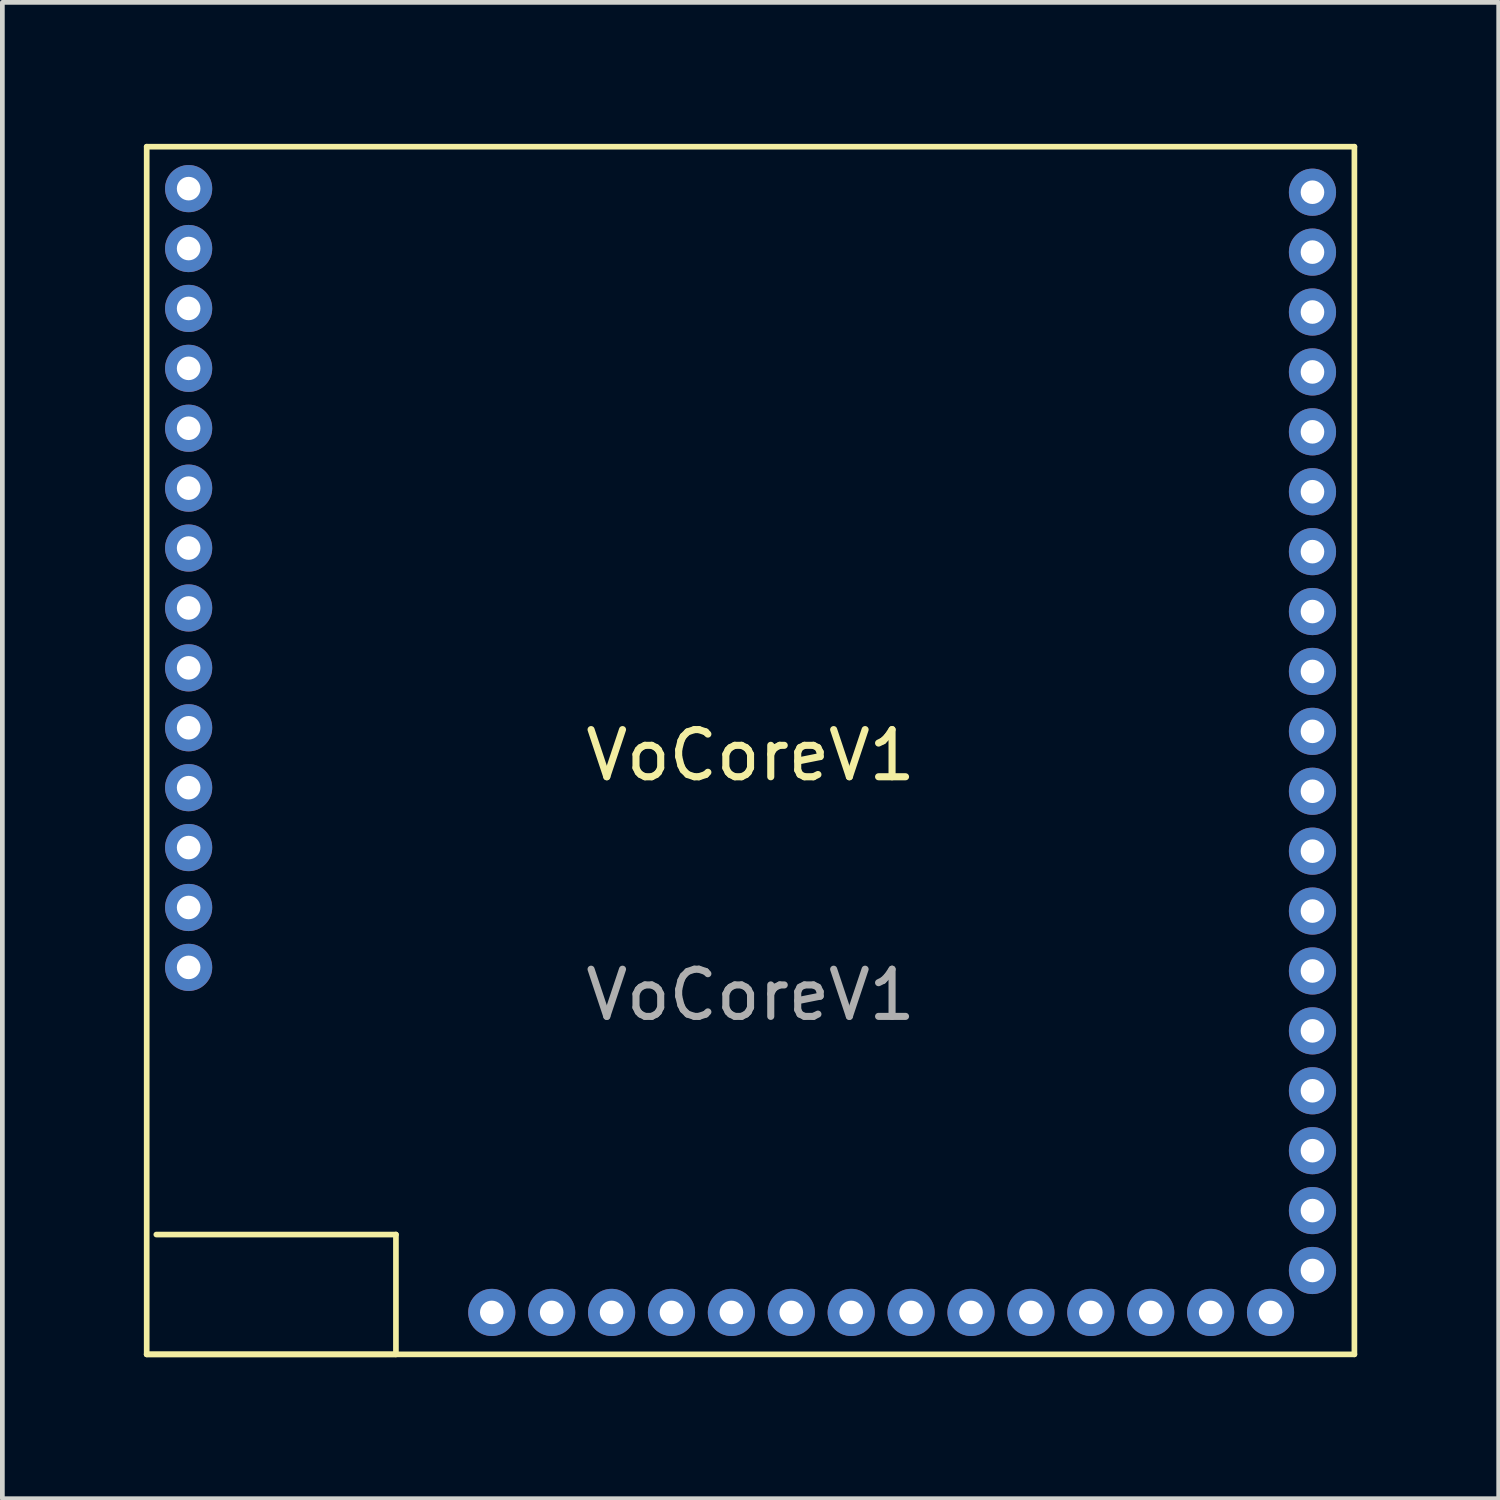
<source format=kicad_pcb>
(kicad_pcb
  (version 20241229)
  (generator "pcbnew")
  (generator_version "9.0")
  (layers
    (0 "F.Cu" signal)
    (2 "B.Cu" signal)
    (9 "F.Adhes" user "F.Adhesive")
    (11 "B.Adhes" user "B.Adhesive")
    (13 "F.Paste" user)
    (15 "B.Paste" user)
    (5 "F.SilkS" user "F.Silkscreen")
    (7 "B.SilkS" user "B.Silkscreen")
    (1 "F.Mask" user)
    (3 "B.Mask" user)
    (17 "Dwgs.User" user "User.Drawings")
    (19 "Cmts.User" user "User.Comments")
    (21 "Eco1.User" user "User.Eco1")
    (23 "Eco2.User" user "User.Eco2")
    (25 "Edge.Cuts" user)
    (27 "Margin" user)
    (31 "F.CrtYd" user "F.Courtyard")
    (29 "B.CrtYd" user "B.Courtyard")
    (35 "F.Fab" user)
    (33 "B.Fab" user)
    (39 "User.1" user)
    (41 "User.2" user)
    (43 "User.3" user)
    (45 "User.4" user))
  (footprint "VoCoreV1"
    (layer "F.Cu")
    (at 12.862 12.963)
    (property "Reference" "VoCoreV1" (at 0 0 0) (unlocked yes) (layer "F.SilkS") (effects (font (size 1 1) (thickness 0.15))))
    (attr through_hole)
    (fp_line (start -12.802 -12.903) (end 12.802 -12.903) (stroke (width 0.12) (type solid)) (layer "F.SilkS"))
    (fp_line (start -12.802 12.7) (end -12.802 -12.903) (stroke (width 0.12) (type solid)) (layer "F.SilkS"))
    (fp_line (start -12.598 10.16) (end -7.518 10.16) (stroke (width 0.12) (type solid)) (layer "F.SilkS"))
    (fp_line (start -7.518 10.16) (end -7.518 12.7) (stroke (width 0.12) (type solid)) (layer "F.SilkS"))
    (fp_line (start -7.518 12.7) (end -12.802 12.7) (stroke (width 0.12) (type solid)) (layer "F.SilkS"))
    (fp_line (start 12.802 -12.903) (end 12.802 12.7) (stroke (width 0.12) (type solid)) (layer "F.SilkS"))
    (fp_line (start 12.802 12.7) (end -12.802 12.7) (stroke (width 0.12) (type solid)) (layer "F.SilkS"))
    (fp_text user "${REFERENCE}" (at 0 5.08 0) (unlocked yes) (layer "F.Fab") (effects (font (size 1 1) (thickness 0.15))))
    (pad "1" thru_hole circle (at -11.913 -12.014 90) (size 1 1) (drill 0.5) (layers "*.Cu" "*.Mask"))
    (pad "2" thru_hole circle (at -11.913 -10.744 90) (size 1 1) (drill 0.5) (layers "*.Cu" "*.Mask"))
    (pad "3" thru_hole circle (at -11.913 -9.474 90) (size 1 1) (drill 0.5) (layers "*.Cu" "*.Mask"))
    (pad "4" thru_hole circle (at -11.913 -8.204 90) (size 1 1) (drill 0.5) (layers "*.Cu" "*.Mask"))
    (pad "5" thru_hole circle (at -11.913 -6.934 90) (size 1 1) (drill 0.5) (layers "*.Cu" "*.Mask"))
    (pad "6" thru_hole circle (at -11.913 -5.664 90) (size 1 1) (drill 0.5) (layers "*.Cu" "*.Mask"))
    (pad "7" thru_hole circle (at -11.913 -4.394 90) (size 1 1) (drill 0.5) (layers "*.Cu" "*.Mask"))
    (pad "8" thru_hole circle (at -11.913 -3.124 90) (size 1 1) (drill 0.5) (layers "*.Cu" "*.Mask"))
    (pad "9" thru_hole circle (at -11.913 -1.854 90) (size 1 1) (drill 0.5) (layers "*.Cu" "*.Mask"))
    (pad "10" thru_hole circle (at -11.913 -0.584 90) (size 1 1) (drill 0.5) (layers "*.Cu" "*.Mask"))
    (pad "11" thru_hole circle (at -11.913 0.686 90) (size 1 1) (drill 0.5) (layers "*.Cu" "*.Mask"))
    (pad "12" thru_hole circle (at -11.913 1.956 90) (size 1 1) (drill 0.5) (layers "*.Cu" "*.Mask"))
    (pad "13" thru_hole circle (at -11.913 3.226 90) (size 1 1) (drill 0.5) (layers "*.Cu" "*.Mask"))
    (pad "14" thru_hole circle (at -11.913 4.496 90) (size 1 1) (drill 0.5) (layers "*.Cu" "*.Mask"))
    (pad "15" thru_hole circle (at 11.913 -11.938 90) (size 1 1) (drill 0.5) (layers "*.Cu" "*.Mask"))
    (pad "16" thru_hole circle (at 11.913 -10.668 90) (size 1 1) (drill 0.5) (layers "*.Cu" "*.Mask"))
    (pad "17" thru_hole circle (at 11.913 -9.398 90) (size 1 1) (drill 0.5) (layers "*.Cu" "*.Mask"))
    (pad "18" thru_hole circle (at 11.913 -8.128 90) (size 1 1) (drill 0.5) (layers "*.Cu" "*.Mask"))
    (pad "19" thru_hole circle (at 11.913 -6.858 90) (size 1 1) (drill 0.5) (layers "*.Cu" "*.Mask"))
    (pad "20" thru_hole circle (at 11.913 -5.588 90) (size 1 1) (drill 0.5) (layers "*.Cu" "*.Mask"))
    (pad "21" thru_hole circle (at 11.913 -4.318 90) (size 1 1) (drill 0.5) (layers "*.Cu" "*.Mask"))
    (pad "22" thru_hole circle (at 11.913 -3.048 90) (size 1 1) (drill 0.5) (layers "*.Cu" "*.Mask"))
    (pad "23" thru_hole circle (at 11.913 -1.778 90) (size 1 1) (drill 0.5) (layers "*.Cu" "*.Mask"))
    (pad "24" thru_hole circle (at 11.913 -0.508 90) (size 1 1) (drill 0.5) (layers "*.Cu" "*.Mask"))
    (pad "25" thru_hole circle (at 11.913 0.762 90) (size 1 1) (drill 0.5) (layers "*.Cu" "*.Mask"))
    (pad "26" thru_hole circle (at 11.913 2.032 90) (size 1 1) (drill 0.5) (layers "*.Cu" "*.Mask"))
    (pad "27" thru_hole circle (at 11.913 3.302 90) (size 1 1) (drill 0.5) (layers "*.Cu" "*.Mask"))
    (pad "28" thru_hole circle (at 11.913 4.572 90) (size 1 1) (drill 0.5) (layers "*.Cu" "*.Mask"))
    (pad "29" thru_hole circle (at 11.913 5.842 90) (size 1 1) (drill 0.5) (layers "*.Cu" "*.Mask"))
    (pad "30" thru_hole circle (at 11.913 7.112 90) (size 1 1) (drill 0.5) (layers "*.Cu" "*.Mask"))
    (pad "31" thru_hole circle (at 11.913 8.382 90) (size 1 1) (drill 0.5) (layers "*.Cu" "*.Mask"))
    (pad "32" thru_hole circle (at 11.913 9.652 90) (size 1 1) (drill 0.5) (layers "*.Cu" "*.Mask"))
    (pad "33" thru_hole circle (at 11.913 10.922 90) (size 1 1) (drill 0.5) (layers "*.Cu" "*.Mask"))
    (pad "34" thru_hole circle (at -5.486 11.811 90) (size 1 1) (drill 0.5) (layers "*.Cu" "*.Mask"))
    (pad "35" thru_hole circle (at -4.216 11.811 90) (size 1 1) (drill 0.5) (layers "*.Cu" "*.Mask"))
    (pad "36" thru_hole circle (at -2.946 11.811 90) (size 1 1) (drill 0.5) (layers "*.Cu" "*.Mask"))
    (pad "37" thru_hole circle (at -1.676 11.811 90) (size 1 1) (drill 0.5) (layers "*.Cu" "*.Mask"))
    (pad "38" thru_hole circle (at -0.406 11.811 90) (size 1 1) (drill 0.5) (layers "*.Cu" "*.Mask"))
    (pad "39" thru_hole circle (at 0.864 11.811 90) (size 1 1) (drill 0.5) (layers "*.Cu" "*.Mask"))
    (pad "40" thru_hole circle (at 2.134 11.811 90) (size 1 1) (drill 0.5) (layers "*.Cu" "*.Mask"))
    (pad "41" thru_hole circle (at 3.404 11.811 90) (size 1 1) (drill 0.5) (layers "*.Cu" "*.Mask"))
    (pad "42" thru_hole circle (at 4.674 11.811 90) (size 1 1) (drill 0.5) (layers "*.Cu" "*.Mask"))
    (pad "43" thru_hole circle (at 5.944 11.811 90) (size 1 1) (drill 0.5) (layers "*.Cu" "*.Mask"))
    (pad "44" thru_hole circle (at 7.214 11.811 90) (size 1 1) (drill 0.5) (layers "*.Cu" "*.Mask"))
    (pad "45" thru_hole circle (at 8.484 11.811 90) (size 1 1) (drill 0.5) (layers "*.Cu" "*.Mask"))
    (pad "46" thru_hole circle (at 9.754 11.811 90) (size 1 1) (drill 0.5) (layers "*.Cu" "*.Mask"))
    (pad "47" thru_hole circle (at 11.024 11.811 90) (size 1 1) (drill 0.5) (layers "*.Cu" "*.Mask")))
  (gr_rect
    (start -3 -3)
    (end 28.723 28.723)
    (stroke (width 0.1) (type default))
    (fill no)
    (layer "Edge.Cuts")))
</source>
